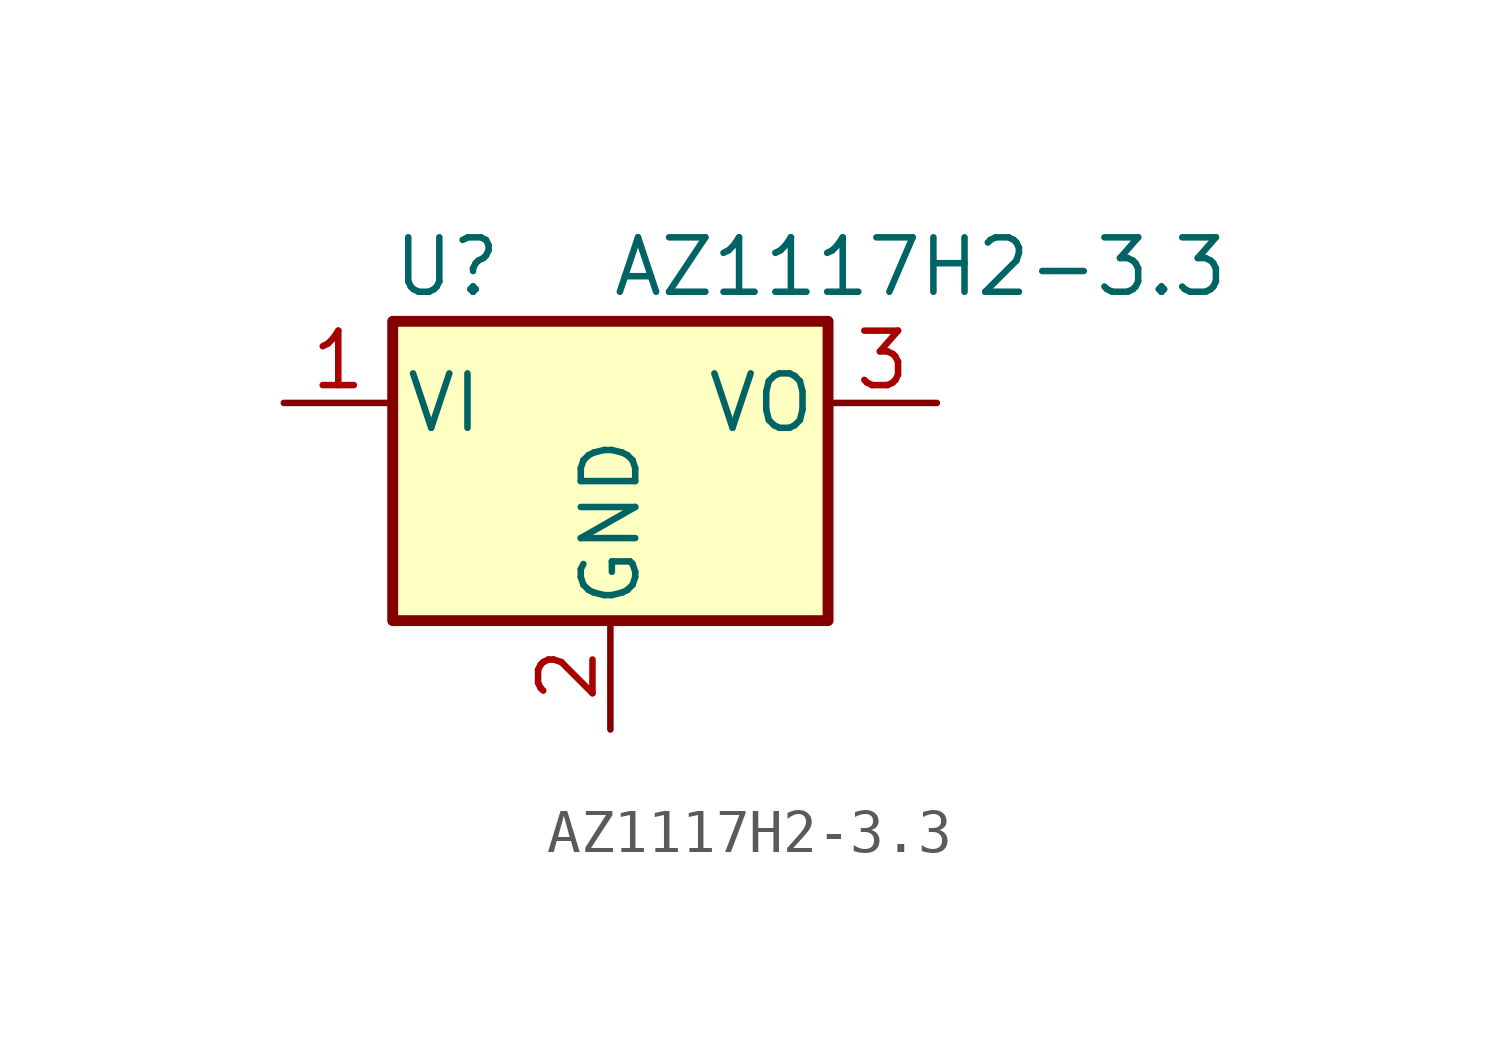
<source format=kicad_sym>
(kicad_symbol_lib
  (version 20220914)
  (generator kicad_symbol_editor)
  (symbol "AZ1117H2-3.3"
    (pin_names
      (offset 0.254))
    (property "Reference" "U"
      (at -3.81 3.175 0)
      (effects (font (size 1.27 1.27))))
    (property "Value" "AZ1117H2-3.3"
      (at 0 3.175 0)
      (effects (font (size 1.27 1.27)) (justify left)))
    (symbol "AZ1117H2-3.3_0_1"
      (rectangle (start -5.08 1.905) (end 5.08 -5.08) (stroke (width 0.254) (type default)) (fill (type background))))
    (symbol "AZ1117H2-3.3_1_1"
      (pin power_in line (at -7.62 0 0) (length 2.54) (name "VI" (effects (font (size 1.27 1.27)))) (number "1" (effects (font (size 1.27 1.27)))))
      (pin power_in line (at 0 -7.62 90) (length 2.54) (name "GND" (effects (font (size 1.27 1.27)))) (number "2" (effects (font (size 1.27 1.27)))))
      (pin power_out line (at 7.62 0 180) (length 2.54) (name "VO" (effects (font (size 1.27 1.27)))) (number "3" (effects (font (size 1.27 1.27))))))))
</source>
